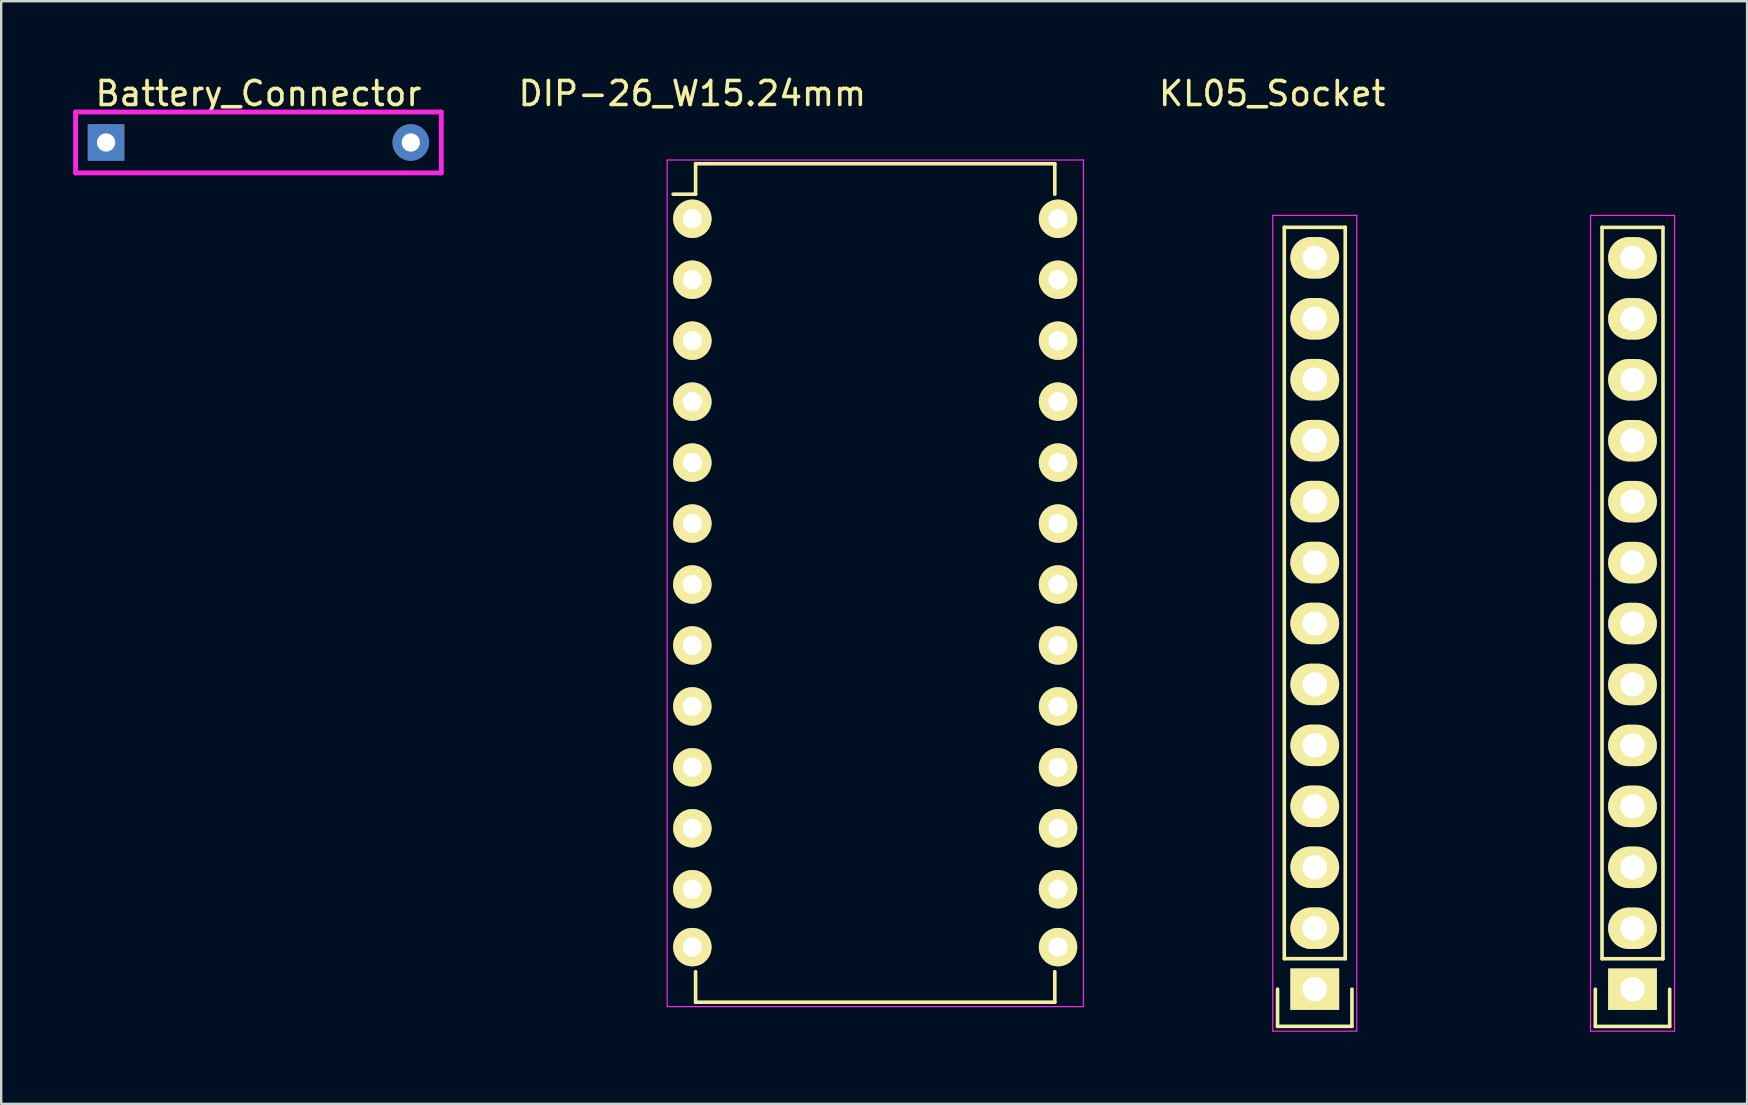
<source format=kicad_pcb>
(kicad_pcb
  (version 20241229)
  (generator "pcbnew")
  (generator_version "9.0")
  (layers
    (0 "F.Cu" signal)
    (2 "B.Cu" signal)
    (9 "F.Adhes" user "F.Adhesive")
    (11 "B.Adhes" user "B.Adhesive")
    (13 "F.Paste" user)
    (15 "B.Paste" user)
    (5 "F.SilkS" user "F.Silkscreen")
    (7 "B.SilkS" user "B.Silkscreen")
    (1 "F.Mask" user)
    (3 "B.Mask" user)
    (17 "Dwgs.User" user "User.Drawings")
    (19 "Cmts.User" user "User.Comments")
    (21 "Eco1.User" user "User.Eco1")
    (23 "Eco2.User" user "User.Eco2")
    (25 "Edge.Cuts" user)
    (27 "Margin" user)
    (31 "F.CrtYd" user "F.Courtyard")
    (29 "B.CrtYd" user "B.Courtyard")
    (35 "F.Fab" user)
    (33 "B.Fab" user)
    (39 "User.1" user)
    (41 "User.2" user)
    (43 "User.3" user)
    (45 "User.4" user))
  (footprint "DIP-26_W15.24mm"
    (layer "F.Cu")
    (at 25.803 6.068)
    (property "Reference" "DIP-26_W15.24mm" (at 0 -5.22 0) (layer "F.SilkS") (effects (font (size 1 1) (thickness 0.15))))
    (attr through_hole)
    (fp_line (start 0.135 -2.295) (end 0.135 -1.025) (stroke (width 0.15) (type solid)) (layer "F.SilkS"))
    (fp_line (start 0.135 -2.295) (end 15.105 -2.295) (stroke (width 0.15) (type solid)) (layer "F.SilkS"))
    (fp_line (start 0.135 -1.025) (end -0.8 -1.025) (stroke (width 0.15) (type solid)) (layer "F.SilkS"))
    (fp_line (start 0.135 32.648) (end 0.135 31.378) (stroke (width 0.15) (type solid)) (layer "F.SilkS"))
    (fp_line (start 0.135 32.648) (end 15.105 32.648) (stroke (width 0.15) (type solid)) (layer "F.SilkS"))
    (fp_line (start 15.105 -2.295) (end 15.105 -1.025) (stroke (width 0.15) (type solid)) (layer "F.SilkS"))
    (fp_line (start 15.105 32.648) (end 15.105 31.378) (stroke (width 0.15) (type solid)) (layer "F.SilkS"))
    (fp_line (start -1.05 -2.45) (end -1.05 32.825) (stroke (width 0.05) (type solid)) (layer "F.CrtYd"))
    (fp_line (start -1.05 -2.45) (end 16.3 -2.45) (stroke (width 0.05) (type solid)) (layer "F.CrtYd"))
    (fp_line (start -1.05 32.833) (end 16.3 32.833) (stroke (width 0.05) (type solid)) (layer "F.CrtYd"))
    (fp_line (start 16.3 -2.45) (end 16.3 32.825) (stroke (width 0.05) (type solid)) (layer "F.CrtYd"))
    (pad "1" thru_hole oval (at 0 0) (size 1.6 1.6) (drill 0.8) (layers "*.Cu" "*.Mask" "F.SilkS"))
    (pad "2" thru_hole oval (at 0 2.54) (size 1.6 1.6) (drill 0.8) (layers "*.Cu" "*.Mask" "F.SilkS"))
    (pad "3" thru_hole oval (at 0 5.08) (size 1.6 1.6) (drill 0.8) (layers "*.Cu" "*.Mask" "F.SilkS"))
    (pad "4" thru_hole oval (at 0 7.62) (size 1.6 1.6) (drill 0.8) (layers "*.Cu" "*.Mask" "F.SilkS"))
    (pad "5" thru_hole oval (at 0 10.16) (size 1.6 1.6) (drill 0.8) (layers "*.Cu" "*.Mask" "F.SilkS"))
    (pad "6" thru_hole oval (at 0 12.7) (size 1.6 1.6) (drill 0.8) (layers "*.Cu" "*.Mask" "F.SilkS"))
    (pad "7" thru_hole oval (at 0 15.24) (size 1.6 1.6) (drill 0.8) (layers "*.Cu" "*.Mask" "F.SilkS"))
    (pad "8" thru_hole oval (at 0 17.78) (size 1.6 1.6) (drill 0.8) (layers "*.Cu" "*.Mask" "F.SilkS"))
    (pad "9" thru_hole oval (at 0 20.32) (size 1.6 1.6) (drill 0.8) (layers "*.Cu" "*.Mask" "F.SilkS"))
    (pad "10" thru_hole oval (at 0 22.86) (size 1.6 1.6) (drill 0.8) (layers "*.Cu" "*.Mask" "F.SilkS"))
    (pad "11" thru_hole oval (at 0 25.4) (size 1.6 1.6) (drill 0.8) (layers "*.Cu" "*.Mask" "F.SilkS"))
    (pad "12" thru_hole oval (at 0 27.94) (size 1.6 1.6) (drill 0.8) (layers "*.Cu" "*.Mask" "F.SilkS"))
    (pad "13" thru_hole oval (at 0 30.353) (size 1.6 1.6) (drill 0.8) (layers "*.Cu" "*.Mask" "F.SilkS"))
    (pad "14" thru_hole oval (at 15.24 30.353) (size 1.6 1.6) (drill 0.8) (layers "*.Cu" "*.Mask" "F.SilkS"))
    (pad "15" thru_hole oval (at 15.24 27.94) (size 1.6 1.6) (drill 0.8) (layers "*.Cu" "*.Mask" "F.SilkS"))
    (pad "16" thru_hole oval (at 15.24 25.4) (size 1.6 1.6) (drill 0.8) (layers "*.Cu" "*.Mask" "F.SilkS"))
    (pad "17" thru_hole oval (at 15.24 22.86) (size 1.6 1.6) (drill 0.8) (layers "*.Cu" "*.Mask" "F.SilkS"))
    (pad "18" thru_hole oval (at 15.24 20.32) (size 1.6 1.6) (drill 0.8) (layers "*.Cu" "*.Mask" "F.SilkS"))
    (pad "19" thru_hole oval (at 15.24 17.78) (size 1.6 1.6) (drill 0.8) (layers "*.Cu" "*.Mask" "F.SilkS"))
    (pad "20" thru_hole oval (at 15.24 15.24) (size 1.6 1.6) (drill 0.8) (layers "*.Cu" "*.Mask" "F.SilkS"))
    (pad "21" thru_hole oval (at 15.24 12.7) (size 1.6 1.6) (drill 0.8) (layers "*.Cu" "*.Mask" "F.SilkS"))
    (pad "22" thru_hole oval (at 15.24 10.16) (size 1.6 1.6) (drill 0.8) (layers "*.Cu" "*.Mask" "F.SilkS"))
    (pad "23" thru_hole oval (at 15.24 7.62) (size 1.6 1.6) (drill 0.8) (layers "*.Cu" "*.Mask" "F.SilkS"))
    (pad "24" thru_hole oval (at 15.24 5.08) (size 1.6 1.6) (drill 0.8) (layers "*.Cu" "*.Mask" "F.SilkS"))
    (pad "25" thru_hole oval (at 15.24 2.54) (size 1.6 1.6) (drill 0.8) (layers "*.Cu" "*.Mask" "F.SilkS"))
    (pad "26" thru_hole oval (at 15.24 0) (size 1.6 1.6) (drill 0.8) (layers "*.Cu" "*.Mask" "F.SilkS")))
  (footprint "KL05_Socket"
    (layer "F.Cu")
    (at 49.967 5.948)
    (property "Reference" "KL05_Socket" (at 0 -5.1 0) (layer "F.SilkS") (effects (font (size 1 1) (thickness 0.15))))
    (attr through_hole)
    (fp_line (start 0.225 32.225) (end 0.225 33.775) (stroke (width 0.15) (type solid)) (layer "F.SilkS"))
    (fp_line (start 0.225 33.775) (end 3.325 33.775) (stroke (width 0.15) (type solid)) (layer "F.SilkS"))
    (fp_line (start 0.505 0.475) (end 3.045 0.475) (stroke (width 0.15) (type solid)) (layer "F.SilkS"))
    (fp_line (start 0.505 30.955) (end 0.505 0.475) (stroke (width 0.15) (type solid)) (layer "F.SilkS"))
    (fp_line (start 3.045 0.475) (end 3.045 30.955) (stroke (width 0.15) (type solid)) (layer "F.SilkS"))
    (fp_line (start 3.045 30.955) (end 0.505 30.955) (stroke (width 0.15) (type solid)) (layer "F.SilkS"))
    (fp_line (start 3.325 33.775) (end 3.325 32.225) (stroke (width 0.15) (type solid)) (layer "F.SilkS"))
    (fp_line (start 13.467 32.228) (end 13.467 33.778) (stroke (width 0.15) (type solid)) (layer "F.SilkS"))
    (fp_line (start 13.467 33.778) (end 16.567 33.778) (stroke (width 0.15) (type solid)) (layer "F.SilkS"))
    (fp_line (start 13.747 0.478) (end 16.287 0.478) (stroke (width 0.15) (type solid)) (layer "F.SilkS"))
    (fp_line (start 13.747 30.958) (end 13.747 0.478) (stroke (width 0.15) (type solid)) (layer "F.SilkS"))
    (fp_line (start 16.287 0.478) (end 16.287 30.958) (stroke (width 0.15) (type solid)) (layer "F.SilkS"))
    (fp_line (start 16.287 30.958) (end 13.747 30.958) (stroke (width 0.15) (type solid)) (layer "F.SilkS"))
    (fp_line (start 16.567 33.778) (end 16.567 32.228) (stroke (width 0.15) (type solid)) (layer "F.SilkS"))
    (fp_line (start 0.025 -0.025) (end 3.525 -0.025) (stroke (width 0.05) (type solid)) (layer "F.CrtYd"))
    (fp_line (start 0.025 33.975) (end 0.025 -0.025) (stroke (width 0.05) (type solid)) (layer "F.CrtYd"))
    (fp_line (start 0.025 33.975) (end 3.525 33.975) (stroke (width 0.05) (type solid)) (layer "F.CrtYd"))
    (fp_line (start 3.525 33.975) (end 3.525 -0.025) (stroke (width 0.05) (type solid)) (layer "F.CrtYd"))
    (fp_line (start 13.267 -0.022) (end 16.767 -0.022) (stroke (width 0.05) (type solid)) (layer "F.CrtYd"))
    (fp_line (start 13.267 33.978) (end 13.267 -0.022) (stroke (width 0.05) (type solid)) (layer "F.CrtYd"))
    (fp_line (start 13.267 33.978) (end 16.767 33.978) (stroke (width 0.05) (type solid)) (layer "F.CrtYd"))
    (fp_line (start 16.767 33.978) (end 16.767 -0.022) (stroke (width 0.05) (type solid)) (layer "F.CrtYd"))
    (pad "1" thru_hole rect (at 1.775 32.225 90) (size 1.727 2.032) (drill 1.016) (layers "*.Cu" "*.Mask" "F.SilkS"))
    (pad "1" thru_hole rect (at 15.017 32.228 90) (size 1.727 2.032) (drill 1.016) (layers "*.Cu" "*.Mask" "F.SilkS"))
    (pad "2" thru_hole oval (at 1.775 29.685 90) (size 1.727 2.032) (drill 1.016) (layers "*.Cu" "*.Mask" "F.SilkS"))
    (pad "2" thru_hole oval (at 15.017 29.688 90) (size 1.727 2.032) (drill 1.016) (layers "*.Cu" "*.Mask" "F.SilkS"))
    (pad "3" thru_hole oval (at 1.775 27.145 90) (size 1.727 2.032) (drill 1.016) (layers "*.Cu" "*.Mask" "F.SilkS"))
    (pad "3" thru_hole oval (at 15.017 27.148 90) (size 1.727 2.032) (drill 1.016) (layers "*.Cu" "*.Mask" "F.SilkS"))
    (pad "4" thru_hole oval (at 1.775 24.605 90) (size 1.727 2.032) (drill 1.016) (layers "*.Cu" "*.Mask" "F.SilkS"))
    (pad "4" thru_hole oval (at 15.017 24.608 90) (size 1.727 2.032) (drill 1.016) (layers "*.Cu" "*.Mask" "F.SilkS"))
    (pad "5" thru_hole oval (at 1.775 22.065 90) (size 1.727 2.032) (drill 1.016) (layers "*.Cu" "*.Mask" "F.SilkS"))
    (pad "5" thru_hole oval (at 15.017 22.068 90) (size 1.727 2.032) (drill 1.016) (layers "*.Cu" "*.Mask" "F.SilkS"))
    (pad "6" thru_hole oval (at 1.775 19.525 90) (size 1.727 2.032) (drill 1.016) (layers "*.Cu" "*.Mask" "F.SilkS"))
    (pad "6" thru_hole oval (at 15.017 19.528 90) (size 1.727 2.032) (drill 1.016) (layers "*.Cu" "*.Mask" "F.SilkS"))
    (pad "7" thru_hole oval (at 1.775 16.985 90) (size 1.727 2.032) (drill 1.016) (layers "*.Cu" "*.Mask" "F.SilkS"))
    (pad "7" thru_hole oval (at 15.017 16.988 90) (size 1.727 2.032) (drill 1.016) (layers "*.Cu" "*.Mask" "F.SilkS"))
    (pad "8" thru_hole oval (at 1.775 14.445 90) (size 1.727 2.032) (drill 1.016) (layers "*.Cu" "*.Mask" "F.SilkS"))
    (pad "8" thru_hole oval (at 15.017 14.448 90) (size 1.727 2.032) (drill 1.016) (layers "*.Cu" "*.Mask" "F.SilkS"))
    (pad "9" thru_hole oval (at 1.775 11.905 90) (size 1.727 2.032) (drill 1.016) (layers "*.Cu" "*.Mask" "F.SilkS"))
    (pad "9" thru_hole oval (at 15.017 11.908 90) (size 1.727 2.032) (drill 1.016) (layers "*.Cu" "*.Mask" "F.SilkS"))
    (pad "10" thru_hole oval (at 1.775 9.365 90) (size 1.727 2.032) (drill 1.016) (layers "*.Cu" "*.Mask" "F.SilkS"))
    (pad "10" thru_hole oval (at 15.017 9.368 90) (size 1.727 2.032) (drill 1.016) (layers "*.Cu" "*.Mask" "F.SilkS"))
    (pad "11" thru_hole oval (at 1.775 6.825 90) (size 1.727 2.032) (drill 1.016) (layers "*.Cu" "*.Mask" "F.SilkS"))
    (pad "11" thru_hole oval (at 15.017 6.828 90) (size 1.727 2.032) (drill 1.016) (layers "*.Cu" "*.Mask" "F.SilkS"))
    (pad "12" thru_hole oval (at 1.775 4.285 90) (size 1.727 2.032) (drill 1.016) (layers "*.Cu" "*.Mask" "F.SilkS"))
    (pad "12" thru_hole oval (at 15.017 4.288 90) (size 1.727 2.032) (drill 1.016) (layers "*.Cu" "*.Mask" "F.SilkS"))
    (pad "13" thru_hole oval (at 1.775 1.745 90) (size 1.727 2.032) (drill 1.016) (layers "*.Cu" "*.Mask" "F.SilkS"))
    (pad "13" thru_hole oval (at 15.017 1.748 90) (size 1.727 2.032) (drill 1.016) (layers "*.Cu" "*.Mask" "F.SilkS")))
  (footprint "Battery_Connector"
    (layer "F.Cu")
    (at 7.72 0.348)
    (property "Reference" "Battery_Connector" (at 0 0.5 0) (layer "F.SilkS") (effects (font (size 1 1) (thickness 0.15))))
    (attr through_hole)
    (fp_line (start -7.62 1.27) (end -7.62 3.81) (stroke (width 0.2) (type solid)) (layer "F.CrtYd"))
    (fp_line (start -7.62 3.81) (end 7.62 3.81) (stroke (width 0.2) (type solid)) (layer "F.CrtYd"))
    (fp_line (start 7.62 1.27) (end -7.62 1.27) (stroke (width 0.2) (type solid)) (layer "F.CrtYd"))
    (fp_line (start 7.62 3.81) (end 7.62 1.27) (stroke (width 0.2) (type solid)) (layer "F.CrtYd"))
    (pad "1" thru_hole rect (at -6.35 2.54) (size 1.524 1.524) (drill 0.762) (layers "*.Cu" "*.Mask"))
    (pad "2" thru_hole circle (at 6.35 2.54) (size 1.524 1.524) (drill 0.762) (layers "*.Cu" "*.Mask")))
  (gr_rect
    (start -3 -3)
    (end 69.759 42.952)
    (stroke (width 0.1) (type default))
    (fill no)
    (layer "Edge.Cuts")))
</source>
